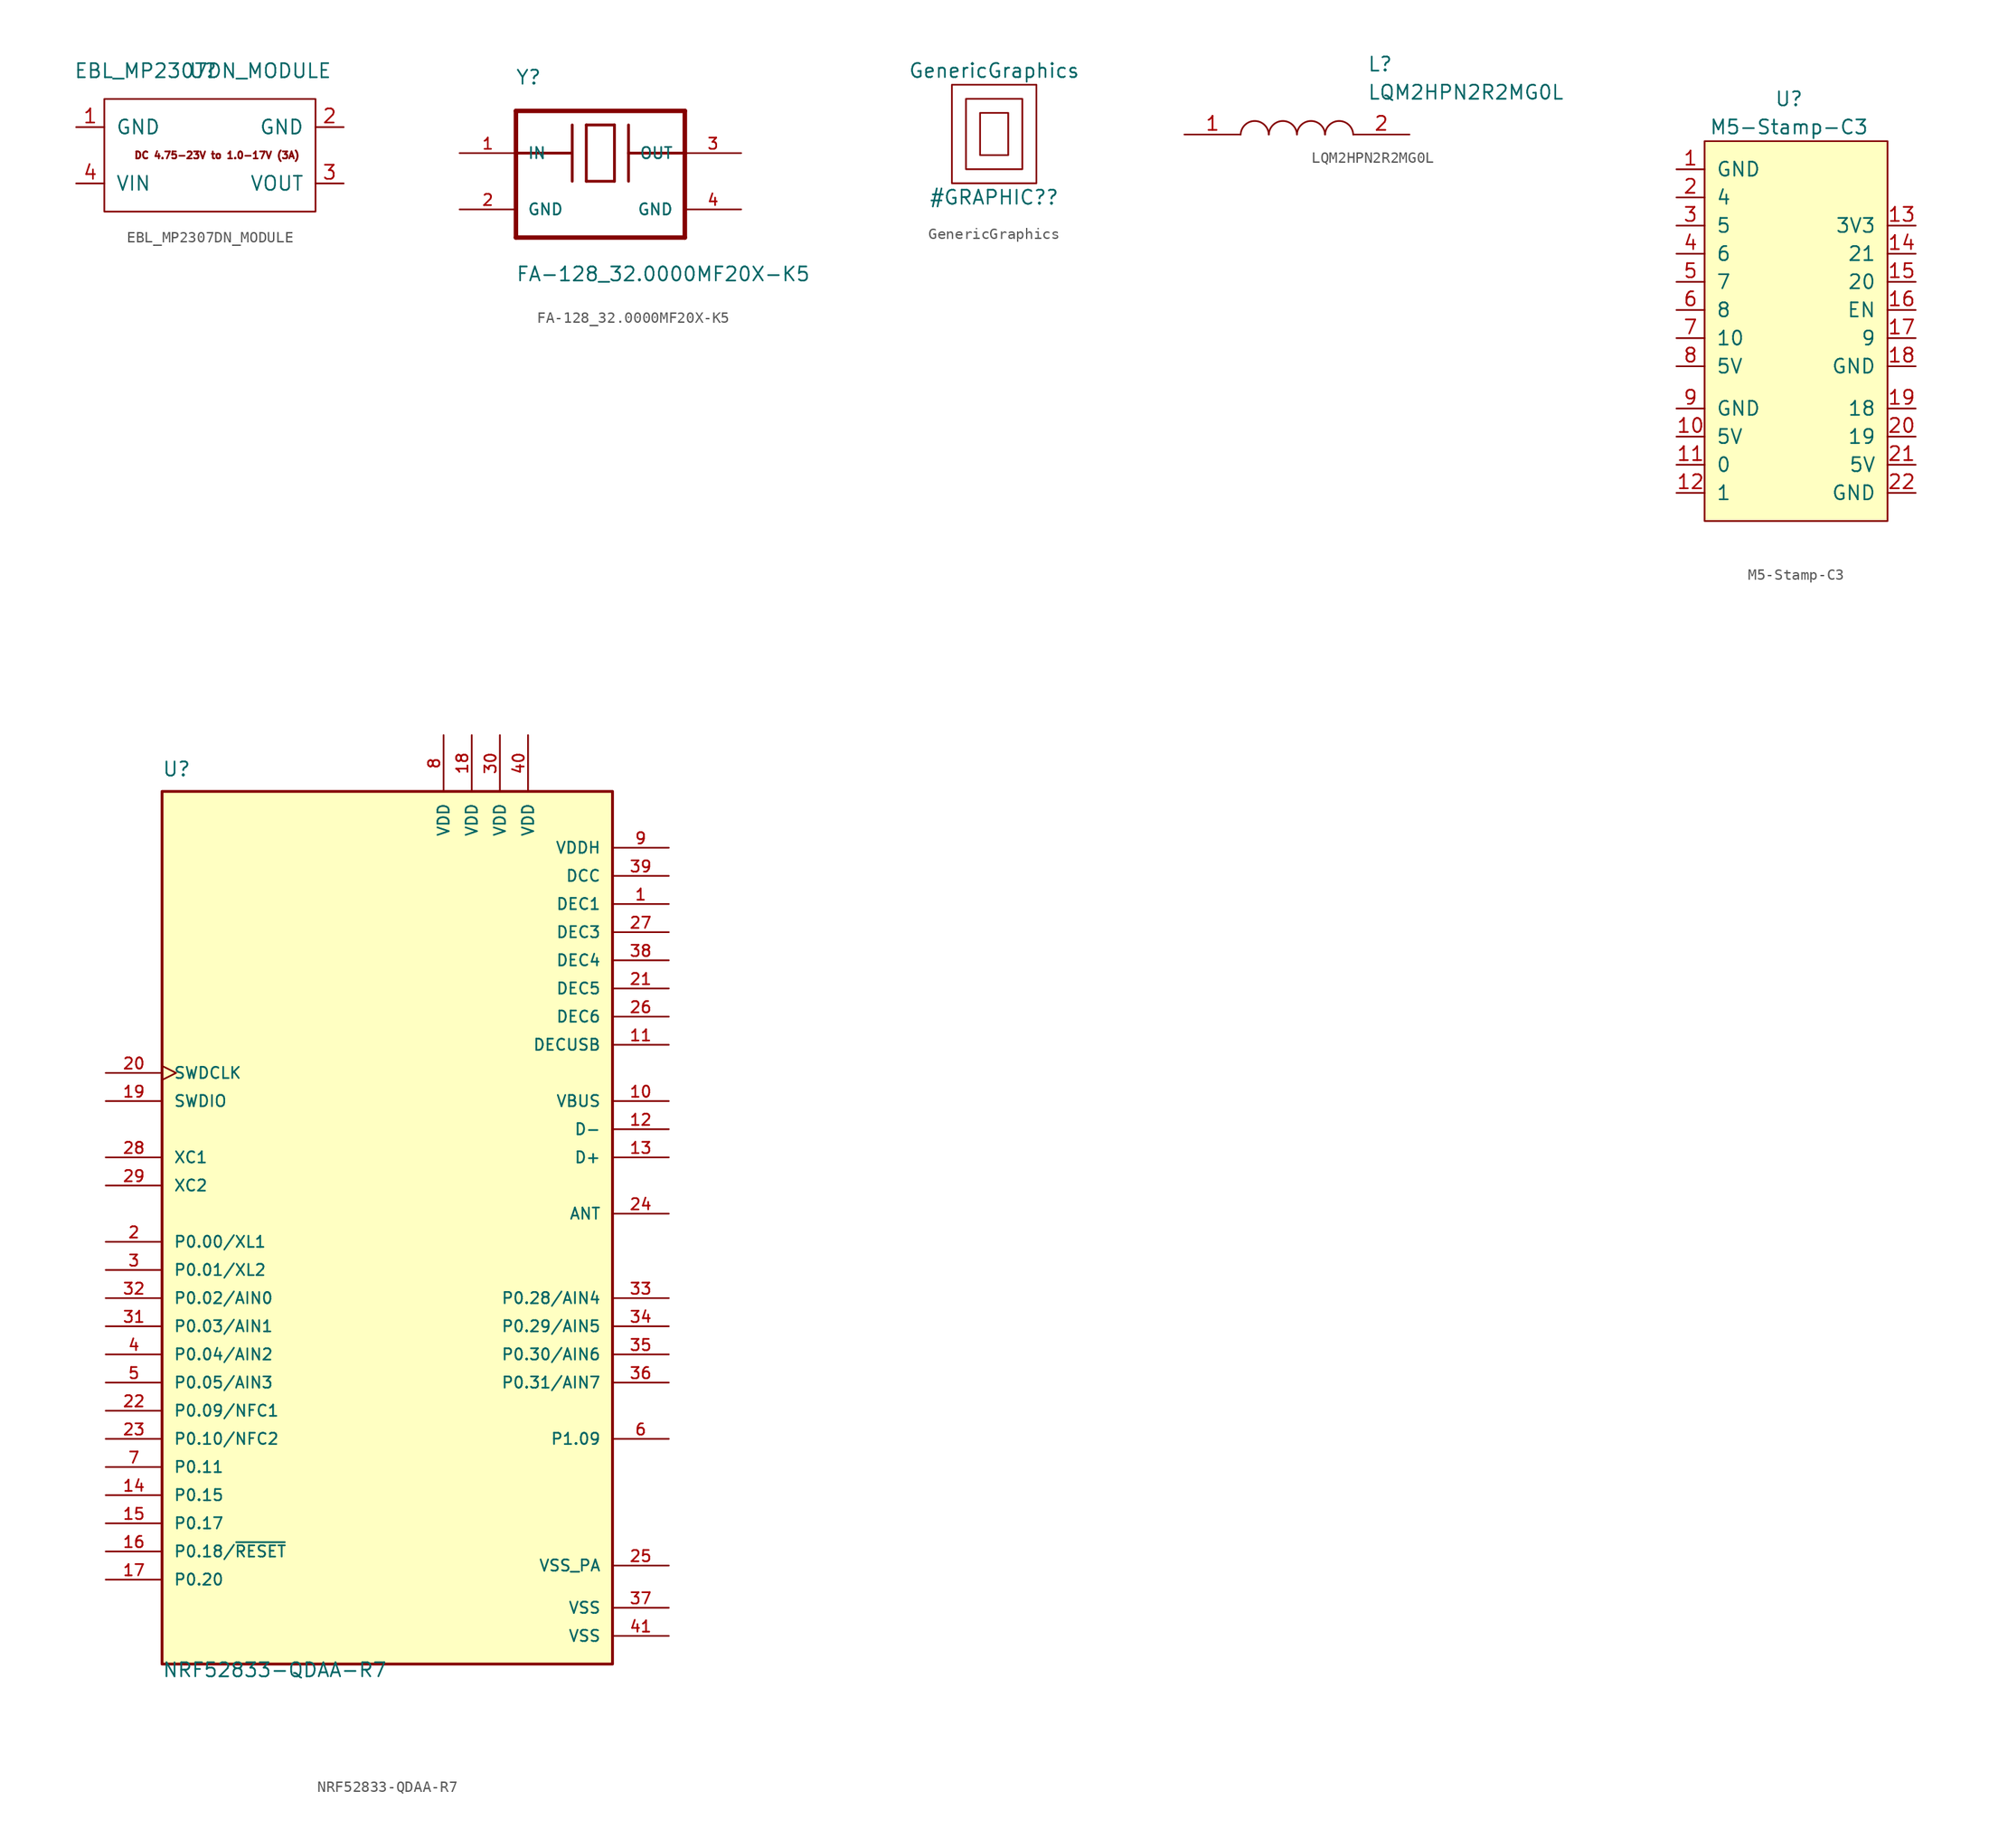
<source format=kicad_sym>
(kicad_symbol_lib
  (version 20211014)
  (generator kicad_symbol_editor)
  (symbol "EBL_MP2307DN_MODULE"
    (pin_names
      (offset 1.016))
    (property "Reference" "U"
      (at 0 0 0)
      (effects (font (size 1.27 1.27))))
    (property "Value" "EBL_MP2307DN_MODULE"
      (at 0 0 0)
      (effects (font (size 1.27 1.27))))
    (symbol "EBL_MP2307DN_MODULE_0_0"
      (text "DC 4.75-23V to 1.0-17V (3A)" (at 1.27 -7.62 0) (effects (font (size 0.635 0.635)))))
    (symbol "EBL_MP2307DN_MODULE_0_1"
      (rectangle (start -8.89 -2.54) (end 10.16 -12.7) (stroke (width 0) (type default) (color 0 0 0 0)) (fill (type none))))
    (symbol "EBL_MP2307DN_MODULE_1_1"
      (pin power_in line (at -11.43 -5.08 0) (length 2.54) (name "GND" (effects (font (size 1.27 1.27)))) (number "1" (effects (font (size 1.27 1.27)))))
      (pin power_out line (at 12.7 -5.08 180) (length 2.54) (name "GND" (effects (font (size 1.27 1.27)))) (number "2" (effects (font (size 1.27 1.27)))))
      (pin power_out line (at 12.7 -10.16 180) (length 2.54) (name "VOUT" (effects (font (size 1.27 1.27)))) (number "3" (effects (font (size 1.27 1.27)))))
      (pin power_in line (at -11.43 -10.16 0) (length 2.54) (name "VIN" (effects (font (size 1.27 1.27)))) (number "4" (effects (font (size 1.27 1.27)))))))
  (symbol "FA-128_32.0000MF20X-K5"
    (pin_names
      (offset 1.016))
    (property "Reference" "Y"
      (at -7.671 6.096 0)
      (effects (font (size 1.27 1.27)) (justify left bottom)))
    (property "Value" "FA-128_32.0000MF20X-K5"
      (at -7.645 -11.659 0)
      (effects (font (size 1.27 1.27)) (justify left bottom)))
    (property "ki_locked" ""
      (at 0 0 0)
      (effects (font (size 1.27 1.27))))
    (symbol "FA-128_32.0000MF20X-K5_0_0"
      (polyline (pts (xy -7.62 -7.62) (xy -7.62 0)) (stroke (width 0.406) (type default) (color 0 0 0 0)) (fill (type none)))
      (polyline (pts (xy -7.62 0) (xy -7.62 3.81)) (stroke (width 0.406) (type default) (color 0 0 0 0)) (fill (type none)))
      (polyline (pts (xy -7.62 0) (xy -2.54 0)) (stroke (width 0.254) (type default) (color 0 0 0 0)) (fill (type none)))
      (polyline (pts (xy -7.62 3.81) (xy 7.62 3.81)) (stroke (width 0.406) (type default) (color 0 0 0 0)) (fill (type none)))
      (polyline (pts (xy -2.54 0) (xy -2.54 -2.54)) (stroke (width 0.254) (type default) (color 0 0 0 0)) (fill (type none)))
      (polyline (pts (xy -2.54 0) (xy -2.54 2.54)) (stroke (width 0.254) (type default) (color 0 0 0 0)) (fill (type none)))
      (polyline (pts (xy -1.27 -2.54) (xy -1.27 2.54)) (stroke (width 0.254) (type default) (color 0 0 0 0)) (fill (type none)))
      (polyline (pts (xy -1.27 2.54) (xy 1.27 2.54)) (stroke (width 0.254) (type default) (color 0 0 0 0)) (fill (type none)))
      (polyline (pts (xy 1.27 -2.54) (xy -1.27 -2.54)) (stroke (width 0.254) (type default) (color 0 0 0 0)) (fill (type none)))
      (polyline (pts (xy 1.27 2.54) (xy 1.27 -2.54)) (stroke (width 0.254) (type default) (color 0 0 0 0)) (fill (type none)))
      (polyline (pts (xy 2.54 0) (xy 2.54 -2.54)) (stroke (width 0.254) (type default) (color 0 0 0 0)) (fill (type none)))
      (polyline (pts (xy 2.54 0) (xy 2.54 2.54)) (stroke (width 0.254) (type default) (color 0 0 0 0)) (fill (type none)))
      (polyline (pts (xy 2.54 0) (xy 7.62 0)) (stroke (width 0.254) (type default) (color 0 0 0 0)) (fill (type none)))
      (polyline (pts (xy 7.62 -7.62) (xy -7.62 -7.62)) (stroke (width 0.406) (type default) (color 0 0 0 0)) (fill (type none)))
      (polyline (pts (xy 7.62 0) (xy 7.62 -7.62)) (stroke (width 0.406) (type default) (color 0 0 0 0)) (fill (type none)))
      (polyline (pts (xy 7.62 3.81) (xy 7.62 0)) (stroke (width 0.406) (type default) (color 0 0 0 0)) (fill (type none)))
      (pin input line (at -12.7 0 0) (length 5.08) (name "IN" (effects (font (size 1.016 1.016)))) (number "1" (effects (font (size 1.016 1.016)))))
      (pin power_in line (at -12.7 -5.08 0) (length 5.08) (name "GND" (effects (font (size 1.016 1.016)))) (number "2" (effects (font (size 1.016 1.016)))))
      (pin output line (at 12.7 0 180) (length 5.08) (name "OUT" (effects (font (size 1.016 1.016)))) (number "3" (effects (font (size 1.016 1.016)))))
      (pin power_in line (at 12.7 -5.08 180) (length 5.08) (name "GND" (effects (font (size 1.016 1.016)))) (number "4" (effects (font (size 1.016 1.016)))))))
  (symbol "GenericGraphics"
    (pin_names
      (offset 1.016))
    (property "Reference" "#GRAPHIC?"
      (at 0 -6.35 0)
      (effects (font (size 1.27 1.27))))
    (property "Value" "GenericGraphics"
      (at 0 5.08 0)
      (effects (font (size 1.27 1.27))))
    (symbol "GenericGraphics_0_1"
      (rectangle (start -3.81 3.81) (end 3.81 -5.08) (stroke (width 0) (type default) (color 0 0 0 0)) (fill (type none)))
      (rectangle (start -2.54 2.54) (end 2.54 -3.81) (stroke (width 0) (type default) (color 0 0 0 0)) (fill (type none)))
      (rectangle (start -1.27 1.27) (end 1.27 -2.54) (stroke (width 0) (type default) (color 0 0 0 0)) (fill (type none)))))
  (symbol "LQM2HPN2R2MG0L"
    (pin_names
      (offset 0.762))
    (property "Reference" "L"
      (at 16.51 6.35 0)
      (effects (font (size 1.27 1.27)) (justify left)))
    (property "Value" "LQM2HPN2R2MG0L"
      (at 16.51 3.81 0)
      (effects (font (size 1.27 1.27)) (justify left)))
    (symbol "LQM2HPN2R2MG0L_0_0"
      (pin passive line (at 0 0 0) (length 5.08) (name "~" (effects (font (size 1.27 1.27)))) (number "1" (effects (font (size 1.27 1.27)))))
      (pin passive line (at 20.32 0 180) (length 5.08) (name "~" (effects (font (size 1.27 1.27)))) (number "2" (effects (font (size 1.27 1.27))))))
    (symbol "LQM2HPN2R2MG0L_0_1"
      (arc (start 7.62 0) (mid 6.35 1.2202) (end 5.08 0) (stroke (width 0.1524) (type default) (color 0 0 0 0)) (fill (type none)))
      (arc (start 10.16 0) (mid 8.89 1.2202) (end 7.62 0) (stroke (width 0.1524) (type default) (color 0 0 0 0)) (fill (type none)))
      (arc (start 12.7 0) (mid 11.43 1.2202) (end 10.16 0) (stroke (width 0.1524) (type default) (color 0 0 0 0)) (fill (type none)))
      (arc (start 15.24 0) (mid 13.97 1.2202) (end 12.7 0) (stroke (width 0.1524) (type default) (color 0 0 0 0)) (fill (type none)))))
  (symbol "M5-Stamp-C3"
    (pin_names
      (offset 1.016))
    (property "Reference" "U"
      (at -1.27 12.7 0)
      (effects (font (size 1.27 1.27))))
    (property "Value" "M5-Stamp-C3"
      (at -1.27 10.16 0)
      (effects (font (size 1.27 1.27))))
    (symbol "M5-Stamp-C3_0_1"
      (rectangle (start -8.89 8.89) (end 7.62 -25.4) (stroke (width 0) (type default) (color 0 0 0 0)) (fill (type background))))
    (symbol "M5-Stamp-C3_1_1"
      (pin power_in line (at -11.43 6.35 0) (length 2.54) (name "GND" (effects (font (size 1.27 1.27)))) (number "1" (effects (font (size 1.27 1.27)))))
      (pin power_in line (at -11.43 -17.78 0) (length 2.54) (name "5V" (effects (font (size 1.27 1.27)))) (number "10" (effects (font (size 1.27 1.27)))))
      (pin bidirectional line (at -11.43 -20.32 0) (length 2.54) (name "0" (effects (font (size 1.27 1.27)))) (number "11" (effects (font (size 1.27 1.27)))))
      (pin bidirectional line (at -11.43 -22.86 0) (length 2.54) (name "1" (effects (font (size 1.27 1.27)))) (number "12" (effects (font (size 1.27 1.27)))))
      (pin power_in line (at 10.16 1.27 180) (length 2.54) (name "3V3" (effects (font (size 1.27 1.27)))) (number "13" (effects (font (size 1.27 1.27)))))
      (pin bidirectional line (at 10.16 -1.27 180) (length 2.54) (name "21" (effects (font (size 1.27 1.27)))) (number "14" (effects (font (size 1.27 1.27)))))
      (pin bidirectional line (at 10.16 -3.81 180) (length 2.54) (name "20" (effects (font (size 1.27 1.27)))) (number "15" (effects (font (size 1.27 1.27)))))
      (pin input line (at 10.16 -6.35 180) (length 2.54) (name "EN" (effects (font (size 1.27 1.27)))) (number "16" (effects (font (size 1.27 1.27)))))
      (pin bidirectional line (at 10.16 -8.89 180) (length 2.54) (name "9" (effects (font (size 1.27 1.27)))) (number "17" (effects (font (size 1.27 1.27)))))
      (pin power_in line (at 10.16 -11.43 180) (length 2.54) (name "GND" (effects (font (size 1.27 1.27)))) (number "18" (effects (font (size 1.27 1.27)))))
      (pin bidirectional line (at 10.16 -15.24 180) (length 2.54) (name "18" (effects (font (size 1.27 1.27)))) (number "19" (effects (font (size 1.27 1.27)))))
      (pin bidirectional line (at -11.43 3.81 0) (length 2.54) (name "4" (effects (font (size 1.27 1.27)))) (number "2" (effects (font (size 1.27 1.27)))))
      (pin bidirectional line (at 10.16 -17.78 180) (length 2.54) (name "19" (effects (font (size 1.27 1.27)))) (number "20" (effects (font (size 1.27 1.27)))))
      (pin power_in line (at 10.16 -20.32 180) (length 2.54) (name "5V" (effects (font (size 1.27 1.27)))) (number "21" (effects (font (size 1.27 1.27)))))
      (pin power_in line (at 10.16 -22.86 180) (length 2.54) (name "GND" (effects (font (size 1.27 1.27)))) (number "22" (effects (font (size 1.27 1.27)))))
      (pin bidirectional line (at -11.43 1.27 0) (length 2.54) (name "5" (effects (font (size 1.27 1.27)))) (number "3" (effects (font (size 1.27 1.27)))))
      (pin bidirectional line (at -11.43 -1.27 0) (length 2.54) (name "6" (effects (font (size 1.27 1.27)))) (number "4" (effects (font (size 1.27 1.27)))))
      (pin bidirectional line (at -11.43 -3.81 0) (length 2.54) (name "7" (effects (font (size 1.27 1.27)))) (number "5" (effects (font (size 1.27 1.27)))))
      (pin bidirectional line (at -11.43 -6.35 0) (length 2.54) (name "8" (effects (font (size 1.27 1.27)))) (number "6" (effects (font (size 1.27 1.27)))))
      (pin bidirectional line (at -11.43 -8.89 0) (length 2.54) (name "10" (effects (font (size 1.27 1.27)))) (number "7" (effects (font (size 1.27 1.27)))))
      (pin power_in line (at -11.43 -11.43 0) (length 2.54) (name "5V" (effects (font (size 1.27 1.27)))) (number "8" (effects (font (size 1.27 1.27)))))
      (pin power_in line (at -11.43 -15.24 0) (length 2.54) (name "GND" (effects (font (size 1.27 1.27)))) (number "9" (effects (font (size 1.27 1.27)))))))
  (symbol "NRF52833-QDAA-R7"
    (pin_names
      (offset 1.016))
    (property "Reference" "U"
      (at -20.32 39.37 0)
      (effects (font (size 1.27 1.27)) (justify left bottom)))
    (property "Value" "NRF52833-QDAA-R7"
      (at -20.32 -41.91 0)
      (effects (font (size 1.27 1.27)) (justify left bottom)))
    (property "ki_locked" ""
      (at 0 0 0)
      (effects (font (size 1.27 1.27))))
    (symbol "NRF52833-QDAA-R7_0_0"
      (rectangle (start -20.32 -40.64) (end 20.32 38.1) (stroke (width 0.254) (type default) (color 0 0 0 0)) (fill (type background)))
      (pin power_in line (at 25.4 27.94 180) (length 5.08) (name "DEC1" (effects (font (size 1.016 1.016)))) (number "1" (effects (font (size 1.016 1.016)))))
      (pin power_in line (at 25.4 10.16 180) (length 5.08) (name "VBUS" (effects (font (size 1.016 1.016)))) (number "10" (effects (font (size 1.016 1.016)))))
      (pin power_in line (at 25.4 15.24 180) (length 5.08) (name "DECUSB" (effects (font (size 1.016 1.016)))) (number "11" (effects (font (size 1.016 1.016)))))
      (pin bidirectional line (at 25.4 7.62 180) (length 5.08) (name "D-" (effects (font (size 1.016 1.016)))) (number "12" (effects (font (size 1.016 1.016)))))
      (pin bidirectional line (at 25.4 5.08 180) (length 5.08) (name "D+" (effects (font (size 1.016 1.016)))) (number "13" (effects (font (size 1.016 1.016)))))
      (pin bidirectional line (at -25.4 -25.4 0) (length 5.08) (name "P0.15" (effects (font (size 1.016 1.016)))) (number "14" (effects (font (size 1.016 1.016)))))
      (pin bidirectional line (at -25.4 -27.94 0) (length 5.08) (name "P0.17" (effects (font (size 1.016 1.016)))) (number "15" (effects (font (size 1.016 1.016)))))
      (pin bidirectional line (at -25.4 -30.48 0) (length 5.08) (name "P0.18/~{RESET}" (effects (font (size 1.016 1.016)))) (number "16" (effects (font (size 1.016 1.016)))))
      (pin bidirectional line (at -25.4 -33.02 0) (length 5.08) (name "P0.20" (effects (font (size 1.016 1.016)))) (number "17" (effects (font (size 1.016 1.016)))))
      (pin power_in line (at 7.62 43.18 270) (length 5.08) (name "VDD" (effects (font (size 1.016 1.016)))) (number "18" (effects (font (size 1.016 1.016)))))
      (pin bidirectional line (at -25.4 10.16 0) (length 5.08) (name "SWDIO" (effects (font (size 1.016 1.016)))) (number "19" (effects (font (size 1.016 1.016)))))
      (pin bidirectional line (at -25.4 -2.54 0) (length 5.08) (name "P0.00/XL1" (effects (font (size 1.016 1.016)))) (number "2" (effects (font (size 1.016 1.016)))))
      (pin input clock (at -25.4 12.7 0) (length 5.08) (name "SWDCLK" (effects (font (size 1.016 1.016)))) (number "20" (effects (font (size 1.016 1.016)))))
      (pin power_in line (at 25.4 20.32 180) (length 5.08) (name "DEC5" (effects (font (size 1.016 1.016)))) (number "21" (effects (font (size 1.016 1.016)))))
      (pin bidirectional line (at -25.4 -17.78 0) (length 5.08) (name "P0.09/NFC1" (effects (font (size 1.016 1.016)))) (number "22" (effects (font (size 1.016 1.016)))))
      (pin bidirectional line (at -25.4 -20.32 0) (length 5.08) (name "P0.10/NFC2" (effects (font (size 1.016 1.016)))) (number "23" (effects (font (size 1.016 1.016)))))
      (pin bidirectional line (at 25.4 0 180) (length 5.08) (name "ANT" (effects (font (size 1.016 1.016)))) (number "24" (effects (font (size 1.016 1.016)))))
      (pin power_in line (at 25.4 -31.75 180) (length 5.08) (name "VSS_PA" (effects (font (size 1.016 1.016)))) (number "25" (effects (font (size 1.016 1.016)))))
      (pin power_in line (at 25.4 17.78 180) (length 5.08) (name "DEC6" (effects (font (size 1.016 1.016)))) (number "26" (effects (font (size 1.016 1.016)))))
      (pin power_in line (at 25.4 25.4 180) (length 5.08) (name "DEC3" (effects (font (size 1.016 1.016)))) (number "27" (effects (font (size 1.016 1.016)))))
      (pin input line (at -25.4 5.08 0) (length 5.08) (name "XC1" (effects (font (size 1.016 1.016)))) (number "28" (effects (font (size 1.016 1.016)))))
      (pin input line (at -25.4 2.54 0) (length 5.08) (name "XC2" (effects (font (size 1.016 1.016)))) (number "29" (effects (font (size 1.016 1.016)))))
      (pin bidirectional line (at -25.4 -5.08 0) (length 5.08) (name "P0.01/XL2" (effects (font (size 1.016 1.016)))) (number "3" (effects (font (size 1.016 1.016)))))
      (pin power_in line (at 10.16 43.18 270) (length 5.08) (name "VDD" (effects (font (size 1.016 1.016)))) (number "30" (effects (font (size 1.016 1.016)))))
      (pin bidirectional line (at -25.4 -10.16 0) (length 5.08) (name "P0.03/AIN1" (effects (font (size 1.016 1.016)))) (number "31" (effects (font (size 1.016 1.016)))))
      (pin bidirectional line (at -25.4 -7.62 0) (length 5.08) (name "P0.02/AIN0" (effects (font (size 1.016 1.016)))) (number "32" (effects (font (size 1.016 1.016)))))
      (pin bidirectional line (at 25.4 -7.62 180) (length 5.08) (name "P0.28/AIN4" (effects (font (size 1.016 1.016)))) (number "33" (effects (font (size 1.016 1.016)))))
      (pin bidirectional line (at 25.4 -10.16 180) (length 5.08) (name "P0.29/AIN5" (effects (font (size 1.016 1.016)))) (number "34" (effects (font (size 1.016 1.016)))))
      (pin bidirectional line (at 25.4 -12.7 180) (length 5.08) (name "P0.30/AIN6" (effects (font (size 1.016 1.016)))) (number "35" (effects (font (size 1.016 1.016)))))
      (pin bidirectional line (at 25.4 -15.24 180) (length 5.08) (name "P0.31/AIN7" (effects (font (size 1.016 1.016)))) (number "36" (effects (font (size 1.016 1.016)))))
      (pin power_in line (at 25.4 -35.56 180) (length 5.08) (name "VSS" (effects (font (size 1.016 1.016)))) (number "37" (effects (font (size 1.016 1.016)))))
      (pin power_in line (at 25.4 22.86 180) (length 5.08) (name "DEC4" (effects (font (size 1.016 1.016)))) (number "38" (effects (font (size 1.016 1.016)))))
      (pin power_in line (at 25.4 30.48 180) (length 5.08) (name "DCC" (effects (font (size 1.016 1.016)))) (number "39" (effects (font (size 1.016 1.016)))))
      (pin bidirectional line (at -25.4 -12.7 0) (length 5.08) (name "P0.04/AIN2" (effects (font (size 1.016 1.016)))) (number "4" (effects (font (size 1.016 1.016)))))
      (pin power_in line (at 12.7 43.18 270) (length 5.08) (name "VDD" (effects (font (size 1.016 1.016)))) (number "40" (effects (font (size 1.016 1.016)))))
      (pin power_in line (at 25.4 -38.1 180) (length 5.08) (name "VSS" (effects (font (size 1.016 1.016)))) (number "41" (effects (font (size 1.016 1.016)))))
      (pin bidirectional line (at -25.4 -15.24 0) (length 5.08) (name "P0.05/AIN3" (effects (font (size 1.016 1.016)))) (number "5" (effects (font (size 1.016 1.016)))))
      (pin bidirectional line (at 25.4 -20.32 180) (length 5.08) (name "P1.09" (effects (font (size 1.016 1.016)))) (number "6" (effects (font (size 1.016 1.016)))))
      (pin bidirectional line (at -25.4 -22.86 0) (length 5.08) (name "P0.11" (effects (font (size 1.016 1.016)))) (number "7" (effects (font (size 1.016 1.016)))))
      (pin power_in line (at 5.08 43.18 270) (length 5.08) (name "VDD" (effects (font (size 1.016 1.016)))) (number "8" (effects (font (size 1.016 1.016)))))
      (pin power_in line (at 25.4 33.02 180) (length 5.08) (name "VDDH" (effects (font (size 1.016 1.016)))) (number "9" (effects (font (size 1.016 1.016))))))))
</source>
